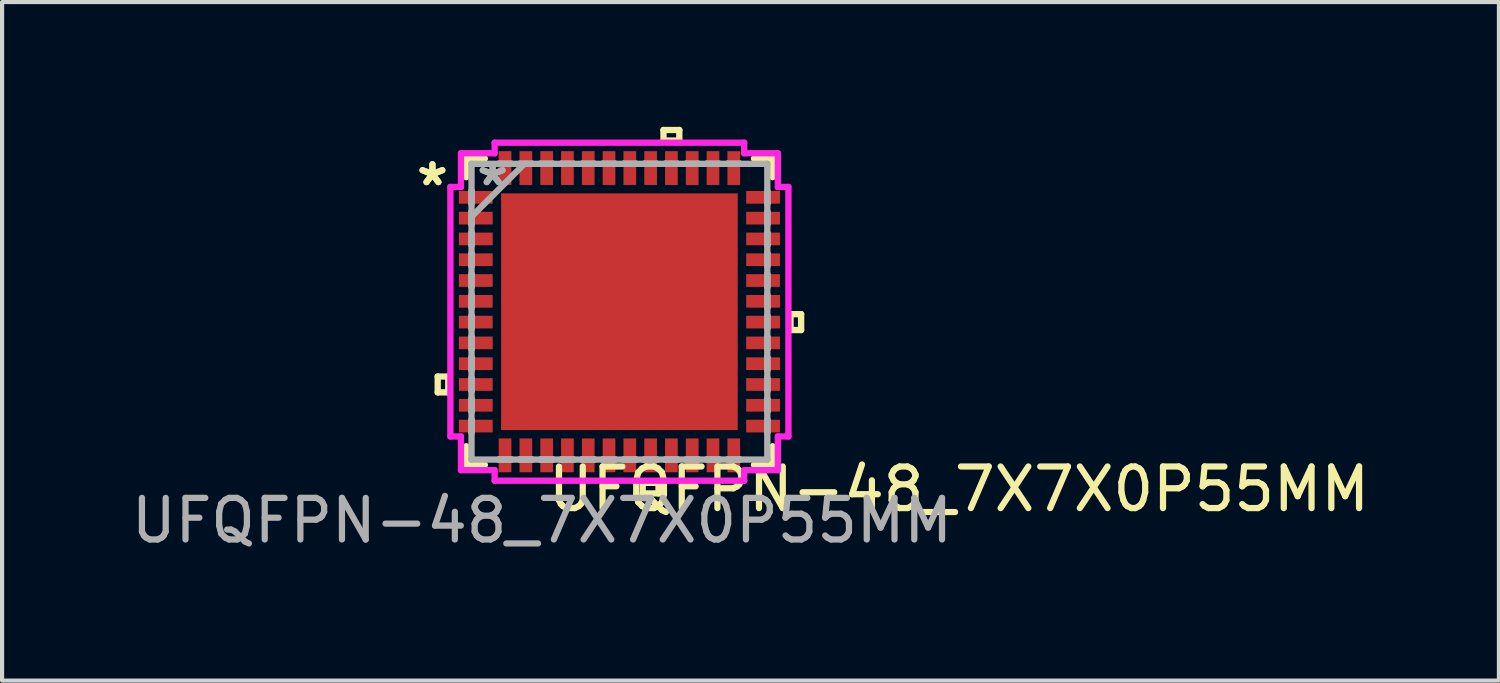
<source format=kicad_pcb>
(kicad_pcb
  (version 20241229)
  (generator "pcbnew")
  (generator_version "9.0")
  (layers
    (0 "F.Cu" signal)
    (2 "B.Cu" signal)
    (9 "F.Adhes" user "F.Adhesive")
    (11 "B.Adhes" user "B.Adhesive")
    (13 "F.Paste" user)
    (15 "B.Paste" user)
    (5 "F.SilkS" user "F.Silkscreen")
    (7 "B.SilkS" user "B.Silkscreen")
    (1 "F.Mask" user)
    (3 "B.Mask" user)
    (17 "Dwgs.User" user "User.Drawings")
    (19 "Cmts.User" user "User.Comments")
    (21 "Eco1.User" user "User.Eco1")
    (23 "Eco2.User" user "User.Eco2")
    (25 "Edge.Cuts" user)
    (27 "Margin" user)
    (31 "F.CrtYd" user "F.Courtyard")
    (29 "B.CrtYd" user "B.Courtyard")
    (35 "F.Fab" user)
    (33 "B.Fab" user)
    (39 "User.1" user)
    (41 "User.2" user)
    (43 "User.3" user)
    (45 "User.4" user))
  (footprint "UFQFPN-48_7X7X0P55MM"
    (layer "F.Cu")
    (at 11.844 4.445)
    (property "Reference" "UFQFPN-48_7X7X0P55MM" (at 8.166 4.267 0) (layer "F.SilkS") (effects (font (size 1 1) (thickness 0.15))))
    (attr through_hole)
    (fp_line (start -4.369 1.559) (end -4.369 1.94) (stroke (width 0.152) (type solid)) (layer "F.SilkS"))
    (fp_line (start -4.369 1.94) (end -4.115 1.94) (stroke (width 0.152) (type solid)) (layer "F.SilkS"))
    (fp_line (start -4.115 1.559) (end -4.369 1.559) (stroke (width 0.152) (type solid)) (layer "F.SilkS"))
    (fp_line (start -4.115 1.94) (end -4.115 1.559) (stroke (width 0.152) (type solid)) (layer "F.SilkS"))
    (fp_line (start -3.683 -3.683) (end -3.683 -3.235) (stroke (width 0.152) (type solid)) (layer "F.SilkS"))
    (fp_line (start -3.683 3.235) (end -3.683 3.683) (stroke (width 0.152) (type solid)) (layer "F.SilkS"))
    (fp_line (start -3.683 3.683) (end -3.235 3.683) (stroke (width 0.152) (type solid)) (layer "F.SilkS"))
    (fp_line (start -3.235 -3.683) (end -3.683 -3.683) (stroke (width 0.152) (type solid)) (layer "F.SilkS"))
    (fp_line (start 0.56 4.115) (end 0.56 4.369) (stroke (width 0.152) (type solid)) (layer "F.SilkS"))
    (fp_line (start 0.56 4.369) (end 0.941 4.369) (stroke (width 0.152) (type solid)) (layer "F.SilkS"))
    (fp_line (start 0.941 4.115) (end 0.56 4.115) (stroke (width 0.152) (type solid)) (layer "F.SilkS"))
    (fp_line (start 0.941 4.369) (end 0.941 4.115) (stroke (width 0.152) (type solid)) (layer "F.SilkS"))
    (fp_line (start 1.06 -4.369) (end 1.44 -4.369) (stroke (width 0.152) (type solid)) (layer "F.SilkS"))
    (fp_line (start 1.06 -4.115) (end 1.06 -4.369) (stroke (width 0.152) (type solid)) (layer "F.SilkS"))
    (fp_line (start 1.44 -4.369) (end 1.44 -4.115) (stroke (width 0.152) (type solid)) (layer "F.SilkS"))
    (fp_line (start 1.44 -4.115) (end 1.06 -4.115) (stroke (width 0.152) (type solid)) (layer "F.SilkS"))
    (fp_line (start 3.235 3.683) (end 3.683 3.683) (stroke (width 0.152) (type solid)) (layer "F.SilkS"))
    (fp_line (start 3.683 -3.683) (end 3.235 -3.683) (stroke (width 0.152) (type solid)) (layer "F.SilkS"))
    (fp_line (start 3.683 -3.235) (end 3.683 -3.683) (stroke (width 0.152) (type solid)) (layer "F.SilkS"))
    (fp_line (start 3.683 3.683) (end 3.683 3.235) (stroke (width 0.152) (type solid)) (layer "F.SilkS"))
    (fp_line (start 4.115 0.059) (end 4.369 0.059) (stroke (width 0.152) (type solid)) (layer "F.SilkS"))
    (fp_line (start 4.115 0.441) (end 4.115 0.059) (stroke (width 0.152) (type solid)) (layer "F.SilkS"))
    (fp_line (start 4.369 0.059) (end 4.369 0.441) (stroke (width 0.152) (type solid)) (layer "F.SilkS"))
    (fp_line (start 4.369 0.441) (end 4.115 0.441) (stroke (width 0.152) (type solid)) (layer "F.SilkS"))
    (fp_line (start -2.745 -2.745) (end -2.745 -1.522) (stroke (width 0.152) (type solid)) (layer "F.Paste"))
    (fp_line (start -2.745 -1.522) (end -1.522 -1.522) (stroke (width 0.152) (type solid)) (layer "F.Paste"))
    (fp_line (start -2.745 -1.322) (end -2.745 -0.1) (stroke (width 0.152) (type solid)) (layer "F.Paste"))
    (fp_line (start -2.745 -0.1) (end -1.522 -0.1) (stroke (width 0.152) (type solid)) (layer "F.Paste"))
    (fp_line (start -2.745 0.1) (end -2.745 1.322) (stroke (width 0.152) (type solid)) (layer "F.Paste"))
    (fp_line (start -2.745 1.322) (end -1.522 1.322) (stroke (width 0.152) (type solid)) (layer "F.Paste"))
    (fp_line (start -2.745 1.522) (end -2.745 2.745) (stroke (width 0.152) (type solid)) (layer "F.Paste"))
    (fp_line (start -2.745 2.745) (end -1.522 2.745) (stroke (width 0.152) (type solid)) (layer "F.Paste"))
    (fp_line (start -1.522 -2.745) (end -2.745 -2.745) (stroke (width 0.152) (type solid)) (layer "F.Paste"))
    (fp_line (start -1.522 -1.522) (end -1.522 -2.745) (stroke (width 0.152) (type solid)) (layer "F.Paste"))
    (fp_line (start -1.522 -1.322) (end -2.745 -1.322) (stroke (width 0.152) (type solid)) (layer "F.Paste"))
    (fp_line (start -1.522 -0.1) (end -1.522 -1.322) (stroke (width 0.152) (type solid)) (layer "F.Paste"))
    (fp_line (start -1.522 0.1) (end -2.745 0.1) (stroke (width 0.152) (type solid)) (layer "F.Paste"))
    (fp_line (start -1.522 1.322) (end -1.522 0.1) (stroke (width 0.152) (type solid)) (layer "F.Paste"))
    (fp_line (start -1.522 1.522) (end -2.745 1.522) (stroke (width 0.152) (type solid)) (layer "F.Paste"))
    (fp_line (start -1.522 2.745) (end -1.522 1.522) (stroke (width 0.152) (type solid)) (layer "F.Paste"))
    (fp_line (start -1.322 -2.745) (end -1.322 -1.522) (stroke (width 0.152) (type solid)) (layer "F.Paste"))
    (fp_line (start -1.322 -1.522) (end -0.1 -1.522) (stroke (width 0.152) (type solid)) (layer "F.Paste"))
    (fp_line (start -1.322 -1.322) (end -1.322 -0.1) (stroke (width 0.152) (type solid)) (layer "F.Paste"))
    (fp_line (start -1.322 -0.1) (end -0.1 -0.1) (stroke (width 0.152) (type solid)) (layer "F.Paste"))
    (fp_line (start -1.322 0.1) (end -1.322 1.322) (stroke (width 0.152) (type solid)) (layer "F.Paste"))
    (fp_line (start -1.322 1.322) (end -0.1 1.322) (stroke (width 0.152) (type solid)) (layer "F.Paste"))
    (fp_line (start -1.322 1.522) (end -1.322 2.745) (stroke (width 0.152) (type solid)) (layer "F.Paste"))
    (fp_line (start -1.322 2.745) (end -0.1 2.745) (stroke (width 0.152) (type solid)) (layer "F.Paste"))
    (fp_line (start -0.1 -2.745) (end -1.322 -2.745) (stroke (width 0.152) (type solid)) (layer "F.Paste"))
    (fp_line (start -0.1 -1.522) (end -0.1 -2.745) (stroke (width 0.152) (type solid)) (layer "F.Paste"))
    (fp_line (start -0.1 -1.322) (end -1.322 -1.322) (stroke (width 0.152) (type solid)) (layer "F.Paste"))
    (fp_line (start -0.1 -0.1) (end -0.1 -1.322) (stroke (width 0.152) (type solid)) (layer "F.Paste"))
    (fp_line (start -0.1 0.1) (end -1.322 0.1) (stroke (width 0.152) (type solid)) (layer "F.Paste"))
    (fp_line (start -0.1 1.322) (end -0.1 0.1) (stroke (width 0.152) (type solid)) (layer "F.Paste"))
    (fp_line (start -0.1 1.522) (end -1.322 1.522) (stroke (width 0.152) (type solid)) (layer "F.Paste"))
    (fp_line (start -0.1 2.745) (end -0.1 1.522) (stroke (width 0.152) (type solid)) (layer "F.Paste"))
    (fp_line (start 0.1 -2.745) (end 0.1 -1.522) (stroke (width 0.152) (type solid)) (layer "F.Paste"))
    (fp_line (start 0.1 -1.522) (end 1.322 -1.522) (stroke (width 0.152) (type solid)) (layer "F.Paste"))
    (fp_line (start 0.1 -1.322) (end 0.1 -0.1) (stroke (width 0.152) (type solid)) (layer "F.Paste"))
    (fp_line (start 0.1 -0.1) (end 1.322 -0.1) (stroke (width 0.152) (type solid)) (layer "F.Paste"))
    (fp_line (start 0.1 0.1) (end 0.1 1.322) (stroke (width 0.152) (type solid)) (layer "F.Paste"))
    (fp_line (start 0.1 1.322) (end 1.322 1.322) (stroke (width 0.152) (type solid)) (layer "F.Paste"))
    (fp_line (start 0.1 1.522) (end 0.1 2.745) (stroke (width 0.152) (type solid)) (layer "F.Paste"))
    (fp_line (start 0.1 2.745) (end 1.322 2.745) (stroke (width 0.152) (type solid)) (layer "F.Paste"))
    (fp_line (start 1.322 -2.745) (end 0.1 -2.745) (stroke (width 0.152) (type solid)) (layer "F.Paste"))
    (fp_line (start 1.322 -1.522) (end 1.322 -2.745) (stroke (width 0.152) (type solid)) (layer "F.Paste"))
    (fp_line (start 1.322 -1.322) (end 0.1 -1.322) (stroke (width 0.152) (type solid)) (layer "F.Paste"))
    (fp_line (start 1.322 -0.1) (end 1.322 -1.322) (stroke (width 0.152) (type solid)) (layer "F.Paste"))
    (fp_line (start 1.322 0.1) (end 0.1 0.1) (stroke (width 0.152) (type solid)) (layer "F.Paste"))
    (fp_line (start 1.322 1.322) (end 1.322 0.1) (stroke (width 0.152) (type solid)) (layer "F.Paste"))
    (fp_line (start 1.322 1.522) (end 0.1 1.522) (stroke (width 0.152) (type solid)) (layer "F.Paste"))
    (fp_line (start 1.322 2.745) (end 1.322 1.522) (stroke (width 0.152) (type solid)) (layer "F.Paste"))
    (fp_line (start 1.522 -2.745) (end 1.522 -1.522) (stroke (width 0.152) (type solid)) (layer "F.Paste"))
    (fp_line (start 1.522 -1.522) (end 2.745 -1.522) (stroke (width 0.152) (type solid)) (layer "F.Paste"))
    (fp_line (start 1.522 -1.322) (end 1.522 -0.1) (stroke (width 0.152) (type solid)) (layer "F.Paste"))
    (fp_line (start 1.522 -0.1) (end 2.745 -0.1) (stroke (width 0.152) (type solid)) (layer "F.Paste"))
    (fp_line (start 1.522 0.1) (end 1.522 1.322) (stroke (width 0.152) (type solid)) (layer "F.Paste"))
    (fp_line (start 1.522 1.322) (end 2.745 1.322) (stroke (width 0.152) (type solid)) (layer "F.Paste"))
    (fp_line (start 1.522 1.522) (end 1.522 2.745) (stroke (width 0.152) (type solid)) (layer "F.Paste"))
    (fp_line (start 1.522 2.745) (end 2.745 2.745) (stroke (width 0.152) (type solid)) (layer "F.Paste"))
    (fp_line (start 2.745 -2.745) (end 1.522 -2.745) (stroke (width 0.152) (type solid)) (layer "F.Paste"))
    (fp_line (start 2.745 -1.522) (end 2.745 -2.745) (stroke (width 0.152) (type solid)) (layer "F.Paste"))
    (fp_line (start 2.745 -1.322) (end 1.522 -1.322) (stroke (width 0.152) (type solid)) (layer "F.Paste"))
    (fp_line (start 2.745 -0.1) (end 2.745 -1.322) (stroke (width 0.152) (type solid)) (layer "F.Paste"))
    (fp_line (start 2.745 0.1) (end 1.522 0.1) (stroke (width 0.152) (type solid)) (layer "F.Paste"))
    (fp_line (start 2.745 1.322) (end 2.745 0.1) (stroke (width 0.152) (type solid)) (layer "F.Paste"))
    (fp_line (start 2.745 1.522) (end 1.522 1.522) (stroke (width 0.152) (type solid)) (layer "F.Paste"))
    (fp_line (start 2.745 2.745) (end 2.745 1.522) (stroke (width 0.152) (type solid)) (layer "F.Paste"))
    (fp_line (start -4.064 -3) (end -3.81 -3) (stroke (width 0.152) (type solid)) (layer "F.CrtYd"))
    (fp_line (start -4.064 3) (end -4.064 -3) (stroke (width 0.152) (type solid)) (layer "F.CrtYd"))
    (fp_line (start -3.81 -3.81) (end -3 -3.81) (stroke (width 0.152) (type solid)) (layer "F.CrtYd"))
    (fp_line (start -3.81 -3) (end -3.81 -3.81) (stroke (width 0.152) (type solid)) (layer "F.CrtYd"))
    (fp_line (start -3.81 3) (end -4.064 3) (stroke (width 0.152) (type solid)) (layer "F.CrtYd"))
    (fp_line (start -3.81 3.81) (end -3.81 3) (stroke (width 0.152) (type solid)) (layer "F.CrtYd"))
    (fp_line (start -3 -4.064) (end 3 -4.064) (stroke (width 0.152) (type solid)) (layer "F.CrtYd"))
    (fp_line (start -3 -3.81) (end -3 -4.064) (stroke (width 0.152) (type solid)) (layer "F.CrtYd"))
    (fp_line (start -3 3.81) (end -3.81 3.81) (stroke (width 0.152) (type solid)) (layer "F.CrtYd"))
    (fp_line (start -3 4.064) (end -3 3.81) (stroke (width 0.152) (type solid)) (layer "F.CrtYd"))
    (fp_line (start 3 -4.064) (end 3 -3.81) (stroke (width 0.152) (type solid)) (layer "F.CrtYd"))
    (fp_line (start 3 -3.81) (end 3.81 -3.81) (stroke (width 0.152) (type solid)) (layer "F.CrtYd"))
    (fp_line (start 3 3.81) (end 3 4.064) (stroke (width 0.152) (type solid)) (layer "F.CrtYd"))
    (fp_line (start 3 4.064) (end -3 4.064) (stroke (width 0.152) (type solid)) (layer "F.CrtYd"))
    (fp_line (start 3.81 -3.81) (end 3.81 -3) (stroke (width 0.152) (type solid)) (layer "F.CrtYd"))
    (fp_line (start 3.81 -3) (end 4.064 -3) (stroke (width 0.152) (type solid)) (layer "F.CrtYd"))
    (fp_line (start 3.81 3) (end 3.81 3.81) (stroke (width 0.152) (type solid)) (layer "F.CrtYd"))
    (fp_line (start 3.81 3.81) (end 3 3.81) (stroke (width 0.152) (type solid)) (layer "F.CrtYd"))
    (fp_line (start 4.064 -3) (end 4.064 3) (stroke (width 0.152) (type solid)) (layer "F.CrtYd"))
    (fp_line (start 4.064 3) (end 3.81 3) (stroke (width 0.152) (type solid)) (layer "F.CrtYd"))
    (fp_line (start -3.556 -3.556) (end -3.556 -3.556) (stroke (width 0.152) (type solid)) (layer "F.Fab"))
    (fp_line (start -3.556 -3.556) (end -3.556 3.556) (stroke (width 0.152) (type solid)) (layer "F.Fab"))
    (fp_line (start -3.556 -2.902) (end -3.556 -2.902) (stroke (width 0.152) (type solid)) (layer "F.Fab"))
    (fp_line (start -3.556 -2.902) (end -3.556 -2.598) (stroke (width 0.152) (type solid)) (layer "F.Fab"))
    (fp_line (start -3.556 -2.598) (end -3.556 -2.902) (stroke (width 0.152) (type solid)) (layer "F.Fab"))
    (fp_line (start -3.556 -2.598) (end -3.556 -2.598) (stroke (width 0.152) (type solid)) (layer "F.Fab"))
    (fp_line (start -3.556 -2.402) (end -3.556 -2.402) (stroke (width 0.152) (type solid)) (layer "F.Fab"))
    (fp_line (start -3.556 -2.402) (end -3.556 -2.098) (stroke (width 0.152) (type solid)) (layer "F.Fab"))
    (fp_line (start -3.556 -2.286) (end -2.286 -3.556) (stroke (width 0.152) (type solid)) (layer "F.Fab"))
    (fp_line (start -3.556 -2.098) (end -3.556 -2.402) (stroke (width 0.152) (type solid)) (layer "F.Fab"))
    (fp_line (start -3.556 -2.098) (end -3.556 -2.098) (stroke (width 0.152) (type solid)) (layer "F.Fab"))
    (fp_line (start -3.556 -1.902) (end -3.556 -1.902) (stroke (width 0.152) (type solid)) (layer "F.Fab"))
    (fp_line (start -3.556 -1.902) (end -3.556 -1.598) (stroke (width 0.152) (type solid)) (layer "F.Fab"))
    (fp_line (start -3.556 -1.598) (end -3.556 -1.902) (stroke (width 0.152) (type solid)) (layer "F.Fab"))
    (fp_line (start -3.556 -1.598) (end -3.556 -1.598) (stroke (width 0.152) (type solid)) (layer "F.Fab"))
    (fp_line (start -3.556 -1.402) (end -3.556 -1.402) (stroke (width 0.152) (type solid)) (layer "F.Fab"))
    (fp_line (start -3.556 -1.402) (end -3.556 -1.098) (stroke (width 0.152) (type solid)) (layer "F.Fab"))
    (fp_line (start -3.556 -1.098) (end -3.556 -1.402) (stroke (width 0.152) (type solid)) (layer "F.Fab"))
    (fp_line (start -3.556 -1.098) (end -3.556 -1.098) (stroke (width 0.152) (type solid)) (layer "F.Fab"))
    (fp_line (start -3.556 -0.902) (end -3.556 -0.902) (stroke (width 0.152) (type solid)) (layer "F.Fab"))
    (fp_line (start -3.556 -0.902) (end -3.556 -0.598) (stroke (width 0.152) (type solid)) (layer "F.Fab"))
    (fp_line (start -3.556 -0.598) (end -3.556 -0.902) (stroke (width 0.152) (type solid)) (layer "F.Fab"))
    (fp_line (start -3.556 -0.598) (end -3.556 -0.598) (stroke (width 0.152) (type solid)) (layer "F.Fab"))
    (fp_line (start -3.556 -0.402) (end -3.556 -0.402) (stroke (width 0.152) (type solid)) (layer "F.Fab"))
    (fp_line (start -3.556 -0.402) (end -3.556 -0.098) (stroke (width 0.152) (type solid)) (layer "F.Fab"))
    (fp_line (start -3.556 -0.098) (end -3.556 -0.402) (stroke (width 0.152) (type solid)) (layer "F.Fab"))
    (fp_line (start -3.556 -0.098) (end -3.556 -0.098) (stroke (width 0.152) (type solid)) (layer "F.Fab"))
    (fp_line (start -3.556 0.098) (end -3.556 0.098) (stroke (width 0.152) (type solid)) (layer "F.Fab"))
    (fp_line (start -3.556 0.098) (end -3.556 0.402) (stroke (width 0.152) (type solid)) (layer "F.Fab"))
    (fp_line (start -3.556 0.402) (end -3.556 0.098) (stroke (width 0.152) (type solid)) (layer "F.Fab"))
    (fp_line (start -3.556 0.402) (end -3.556 0.402) (stroke (width 0.152) (type solid)) (layer "F.Fab"))
    (fp_line (start -3.556 0.598) (end -3.556 0.598) (stroke (width 0.152) (type solid)) (layer "F.Fab"))
    (fp_line (start -3.556 0.598) (end -3.556 0.902) (stroke (width 0.152) (type solid)) (layer "F.Fab"))
    (fp_line (start -3.556 0.902) (end -3.556 0.598) (stroke (width 0.152) (type solid)) (layer "F.Fab"))
    (fp_line (start -3.556 0.902) (end -3.556 0.902) (stroke (width 0.152) (type solid)) (layer "F.Fab"))
    (fp_line (start -3.556 1.098) (end -3.556 1.098) (stroke (width 0.152) (type solid)) (layer "F.Fab"))
    (fp_line (start -3.556 1.098) (end -3.556 1.402) (stroke (width 0.152) (type solid)) (layer "F.Fab"))
    (fp_line (start -3.556 1.402) (end -3.556 1.098) (stroke (width 0.152) (type solid)) (layer "F.Fab"))
    (fp_line (start -3.556 1.402) (end -3.556 1.402) (stroke (width 0.152) (type solid)) (layer "F.Fab"))
    (fp_line (start -3.556 1.598) (end -3.556 1.598) (stroke (width 0.152) (type solid)) (layer "F.Fab"))
    (fp_line (start -3.556 1.598) (end -3.556 1.902) (stroke (width 0.152) (type solid)) (layer "F.Fab"))
    (fp_line (start -3.556 1.902) (end -3.556 1.598) (stroke (width 0.152) (type solid)) (layer "F.Fab"))
    (fp_line (start -3.556 1.902) (end -3.556 1.902) (stroke (width 0.152) (type solid)) (layer "F.Fab"))
    (fp_line (start -3.556 2.098) (end -3.556 2.098) (stroke (width 0.152) (type solid)) (layer "F.Fab"))
    (fp_line (start -3.556 2.098) (end -3.556 2.402) (stroke (width 0.152) (type solid)) (layer "F.Fab"))
    (fp_line (start -3.556 2.402) (end -3.556 2.098) (stroke (width 0.152) (type solid)) (layer "F.Fab"))
    (fp_line (start -3.556 2.402) (end -3.556 2.402) (stroke (width 0.152) (type solid)) (layer "F.Fab"))
    (fp_line (start -3.556 2.598) (end -3.556 2.598) (stroke (width 0.152) (type solid)) (layer "F.Fab"))
    (fp_line (start -3.556 2.598) (end -3.556 2.902) (stroke (width 0.152) (type solid)) (layer "F.Fab"))
    (fp_line (start -3.556 2.902) (end -3.556 2.598) (stroke (width 0.152) (type solid)) (layer "F.Fab"))
    (fp_line (start -3.556 2.902) (end -3.556 2.902) (stroke (width 0.152) (type solid)) (layer "F.Fab"))
    (fp_line (start -3.556 3.556) (end -3.556 3.556) (stroke (width 0.152) (type solid)) (layer "F.Fab"))
    (fp_line (start -3.556 3.556) (end 3.556 3.556) (stroke (width 0.152) (type solid)) (layer "F.Fab"))
    (fp_line (start -2.902 -3.556) (end -2.902 -3.556) (stroke (width 0.152) (type solid)) (layer "F.Fab"))
    (fp_line (start -2.902 -3.556) (end -2.598 -3.556) (stroke (width 0.152) (type solid)) (layer "F.Fab"))
    (fp_line (start -2.902 3.556) (end -2.902 3.556) (stroke (width 0.152) (type solid)) (layer "F.Fab"))
    (fp_line (start -2.902 3.556) (end -2.598 3.556) (stroke (width 0.152) (type solid)) (layer "F.Fab"))
    (fp_line (start -2.598 -3.556) (end -2.902 -3.556) (stroke (width 0.152) (type solid)) (layer "F.Fab"))
    (fp_line (start -2.598 -3.556) (end -2.598 -3.556) (stroke (width 0.152) (type solid)) (layer "F.Fab"))
    (fp_line (start -2.598 3.556) (end -2.902 3.556) (stroke (width 0.152) (type solid)) (layer "F.Fab"))
    (fp_line (start -2.598 3.556) (end -2.598 3.556) (stroke (width 0.152) (type solid)) (layer "F.Fab"))
    (fp_line (start -2.402 -3.556) (end -2.402 -3.556) (stroke (width 0.152) (type solid)) (layer "F.Fab"))
    (fp_line (start -2.402 -3.556) (end -2.098 -3.556) (stroke (width 0.152) (type solid)) (layer "F.Fab"))
    (fp_line (start -2.402 3.556) (end -2.402 3.556) (stroke (width 0.152) (type solid)) (layer "F.Fab"))
    (fp_line (start -2.402 3.556) (end -2.098 3.556) (stroke (width 0.152) (type solid)) (layer "F.Fab"))
    (fp_line (start -2.098 -3.556) (end -2.402 -3.556) (stroke (width 0.152) (type solid)) (layer "F.Fab"))
    (fp_line (start -2.098 -3.556) (end -2.098 -3.556) (stroke (width 0.152) (type solid)) (layer "F.Fab"))
    (fp_line (start -2.098 3.556) (end -2.402 3.556) (stroke (width 0.152) (type solid)) (layer "F.Fab"))
    (fp_line (start -2.098 3.556) (end -2.098 3.556) (stroke (width 0.152) (type solid)) (layer "F.Fab"))
    (fp_line (start -1.902 -3.556) (end -1.902 -3.556) (stroke (width 0.152) (type solid)) (layer "F.Fab"))
    (fp_line (start -1.902 -3.556) (end -1.598 -3.556) (stroke (width 0.152) (type solid)) (layer "F.Fab"))
    (fp_line (start -1.902 3.556) (end -1.902 3.556) (stroke (width 0.152) (type solid)) (layer "F.Fab"))
    (fp_line (start -1.902 3.556) (end -1.598 3.556) (stroke (width 0.152) (type solid)) (layer "F.Fab"))
    (fp_line (start -1.598 -3.556) (end -1.902 -3.556) (stroke (width 0.152) (type solid)) (layer "F.Fab"))
    (fp_line (start -1.598 -3.556) (end -1.598 -3.556) (stroke (width 0.152) (type solid)) (layer "F.Fab"))
    (fp_line (start -1.598 3.556) (end -1.902 3.556) (stroke (width 0.152) (type solid)) (layer "F.Fab"))
    (fp_line (start -1.598 3.556) (end -1.598 3.556) (stroke (width 0.152) (type solid)) (layer "F.Fab"))
    (fp_line (start -1.402 -3.556) (end -1.402 -3.556) (stroke (width 0.152) (type solid)) (layer "F.Fab"))
    (fp_line (start -1.402 -3.556) (end -1.098 -3.556) (stroke (width 0.152) (type solid)) (layer "F.Fab"))
    (fp_line (start -1.402 3.556) (end -1.402 3.556) (stroke (width 0.152) (type solid)) (layer "F.Fab"))
    (fp_line (start -1.402 3.556) (end -1.098 3.556) (stroke (width 0.152) (type solid)) (layer "F.Fab"))
    (fp_line (start -1.098 -3.556) (end -1.402 -3.556) (stroke (width 0.152) (type solid)) (layer "F.Fab"))
    (fp_line (start -1.098 -3.556) (end -1.098 -3.556) (stroke (width 0.152) (type solid)) (layer "F.Fab"))
    (fp_line (start -1.098 3.556) (end -1.402 3.556) (stroke (width 0.152) (type solid)) (layer "F.Fab"))
    (fp_line (start -1.098 3.556) (end -1.098 3.556) (stroke (width 0.152) (type solid)) (layer "F.Fab"))
    (fp_line (start -0.902 -3.556) (end -0.902 -3.556) (stroke (width 0.152) (type solid)) (layer "F.Fab"))
    (fp_line (start -0.902 -3.556) (end -0.598 -3.556) (stroke (width 0.152) (type solid)) (layer "F.Fab"))
    (fp_line (start -0.902 3.556) (end -0.902 3.556) (stroke (width 0.152) (type solid)) (layer "F.Fab"))
    (fp_line (start -0.902 3.556) (end -0.598 3.556) (stroke (width 0.152) (type solid)) (layer "F.Fab"))
    (fp_line (start -0.598 -3.556) (end -0.902 -3.556) (stroke (width 0.152) (type solid)) (layer "F.Fab"))
    (fp_line (start -0.598 -3.556) (end -0.598 -3.556) (stroke (width 0.152) (type solid)) (layer "F.Fab"))
    (fp_line (start -0.598 3.556) (end -0.902 3.556) (stroke (width 0.152) (type solid)) (layer "F.Fab"))
    (fp_line (start -0.598 3.556) (end -0.598 3.556) (stroke (width 0.152) (type solid)) (layer "F.Fab"))
    (fp_line (start -0.402 -3.556) (end -0.402 -3.556) (stroke (width 0.152) (type solid)) (layer "F.Fab"))
    (fp_line (start -0.402 -3.556) (end -0.098 -3.556) (stroke (width 0.152) (type solid)) (layer "F.Fab"))
    (fp_line (start -0.402 3.556) (end -0.402 3.556) (stroke (width 0.152) (type solid)) (layer "F.Fab"))
    (fp_line (start -0.402 3.556) (end -0.098 3.556) (stroke (width 0.152) (type solid)) (layer "F.Fab"))
    (fp_line (start -0.098 -3.556) (end -0.402 -3.556) (stroke (width 0.152) (type solid)) (layer "F.Fab"))
    (fp_line (start -0.098 -3.556) (end -0.098 -3.556) (stroke (width 0.152) (type solid)) (layer "F.Fab"))
    (fp_line (start -0.098 3.556) (end -0.402 3.556) (stroke (width 0.152) (type solid)) (layer "F.Fab"))
    (fp_line (start -0.098 3.556) (end -0.098 3.556) (stroke (width 0.152) (type solid)) (layer "F.Fab"))
    (fp_line (start 0.098 -3.556) (end 0.098 -3.556) (stroke (width 0.152) (type solid)) (layer "F.Fab"))
    (fp_line (start 0.098 -3.556) (end 0.402 -3.556) (stroke (width 0.152) (type solid)) (layer "F.Fab"))
    (fp_line (start 0.098 3.556) (end 0.098 3.556) (stroke (width 0.152) (type solid)) (layer "F.Fab"))
    (fp_line (start 0.098 3.556) (end 0.402 3.556) (stroke (width 0.152) (type solid)) (layer "F.Fab"))
    (fp_line (start 0.402 -3.556) (end 0.098 -3.556) (stroke (width 0.152) (type solid)) (layer "F.Fab"))
    (fp_line (start 0.402 -3.556) (end 0.402 -3.556) (stroke (width 0.152) (type solid)) (layer "F.Fab"))
    (fp_line (start 0.402 3.556) (end 0.098 3.556) (stroke (width 0.152) (type solid)) (layer "F.Fab"))
    (fp_line (start 0.402 3.556) (end 0.402 3.556) (stroke (width 0.152) (type solid)) (layer "F.Fab"))
    (fp_line (start 0.598 -3.556) (end 0.598 -3.556) (stroke (width 0.152) (type solid)) (layer "F.Fab"))
    (fp_line (start 0.598 -3.556) (end 0.902 -3.556) (stroke (width 0.152) (type solid)) (layer "F.Fab"))
    (fp_line (start 0.598 3.556) (end 0.598 3.556) (stroke (width 0.152) (type solid)) (layer "F.Fab"))
    (fp_line (start 0.598 3.556) (end 0.902 3.556) (stroke (width 0.152) (type solid)) (layer "F.Fab"))
    (fp_line (start 0.902 -3.556) (end 0.598 -3.556) (stroke (width 0.152) (type solid)) (layer "F.Fab"))
    (fp_line (start 0.902 -3.556) (end 0.902 -3.556) (stroke (width 0.152) (type solid)) (layer "F.Fab"))
    (fp_line (start 0.902 3.556) (end 0.598 3.556) (stroke (width 0.152) (type solid)) (layer "F.Fab"))
    (fp_line (start 0.902 3.556) (end 0.902 3.556) (stroke (width 0.152) (type solid)) (layer "F.Fab"))
    (fp_line (start 1.098 -3.556) (end 1.098 -3.556) (stroke (width 0.152) (type solid)) (layer "F.Fab"))
    (fp_line (start 1.098 -3.556) (end 1.402 -3.556) (stroke (width 0.152) (type solid)) (layer "F.Fab"))
    (fp_line (start 1.098 3.556) (end 1.098 3.556) (stroke (width 0.152) (type solid)) (layer "F.Fab"))
    (fp_line (start 1.098 3.556) (end 1.402 3.556) (stroke (width 0.152) (type solid)) (layer "F.Fab"))
    (fp_line (start 1.402 -3.556) (end 1.098 -3.556) (stroke (width 0.152) (type solid)) (layer "F.Fab"))
    (fp_line (start 1.402 -3.556) (end 1.402 -3.556) (stroke (width 0.152) (type solid)) (layer "F.Fab"))
    (fp_line (start 1.402 3.556) (end 1.098 3.556) (stroke (width 0.152) (type solid)) (layer "F.Fab"))
    (fp_line (start 1.402 3.556) (end 1.402 3.556) (stroke (width 0.152) (type solid)) (layer "F.Fab"))
    (fp_line (start 1.598 -3.556) (end 1.598 -3.556) (stroke (width 0.152) (type solid)) (layer "F.Fab"))
    (fp_line (start 1.598 -3.556) (end 1.902 -3.556) (stroke (width 0.152) (type solid)) (layer "F.Fab"))
    (fp_line (start 1.598 3.556) (end 1.598 3.556) (stroke (width 0.152) (type solid)) (layer "F.Fab"))
    (fp_line (start 1.598 3.556) (end 1.902 3.556) (stroke (width 0.152) (type solid)) (layer "F.Fab"))
    (fp_line (start 1.902 -3.556) (end 1.598 -3.556) (stroke (width 0.152) (type solid)) (layer "F.Fab"))
    (fp_line (start 1.902 -3.556) (end 1.902 -3.556) (stroke (width 0.152) (type solid)) (layer "F.Fab"))
    (fp_line (start 1.902 3.556) (end 1.598 3.556) (stroke (width 0.152) (type solid)) (layer "F.Fab"))
    (fp_line (start 1.902 3.556) (end 1.902 3.556) (stroke (width 0.152) (type solid)) (layer "F.Fab"))
    (fp_line (start 2.098 -3.556) (end 2.098 -3.556) (stroke (width 0.152) (type solid)) (layer "F.Fab"))
    (fp_line (start 2.098 -3.556) (end 2.402 -3.556) (stroke (width 0.152) (type solid)) (layer "F.Fab"))
    (fp_line (start 2.098 3.556) (end 2.098 3.556) (stroke (width 0.152) (type solid)) (layer "F.Fab"))
    (fp_line (start 2.098 3.556) (end 2.402 3.556) (stroke (width 0.152) (type solid)) (layer "F.Fab"))
    (fp_line (start 2.402 -3.556) (end 2.098 -3.556) (stroke (width 0.152) (type solid)) (layer "F.Fab"))
    (fp_line (start 2.402 -3.556) (end 2.402 -3.556) (stroke (width 0.152) (type solid)) (layer "F.Fab"))
    (fp_line (start 2.402 3.556) (end 2.098 3.556) (stroke (width 0.152) (type solid)) (layer "F.Fab"))
    (fp_line (start 2.402 3.556) (end 2.402 3.556) (stroke (width 0.152) (type solid)) (layer "F.Fab"))
    (fp_line (start 2.598 -3.556) (end 2.598 -3.556) (stroke (width 0.152) (type solid)) (layer "F.Fab"))
    (fp_line (start 2.598 -3.556) (end 2.902 -3.556) (stroke (width 0.152) (type solid)) (layer "F.Fab"))
    (fp_line (start 2.598 3.556) (end 2.598 3.556) (stroke (width 0.152) (type solid)) (layer "F.Fab"))
    (fp_line (start 2.598 3.556) (end 2.902 3.556) (stroke (width 0.152) (type solid)) (layer "F.Fab"))
    (fp_line (start 2.902 -3.556) (end 2.598 -3.556) (stroke (width 0.152) (type solid)) (layer "F.Fab"))
    (fp_line (start 2.902 -3.556) (end 2.902 -3.556) (stroke (width 0.152) (type solid)) (layer "F.Fab"))
    (fp_line (start 2.902 3.556) (end 2.598 3.556) (stroke (width 0.152) (type solid)) (layer "F.Fab"))
    (fp_line (start 2.902 3.556) (end 2.902 3.556) (stroke (width 0.152) (type solid)) (layer "F.Fab"))
    (fp_line (start 3.556 -3.556) (end -3.556 -3.556) (stroke (width 0.152) (type solid)) (layer "F.Fab"))
    (fp_line (start 3.556 -3.556) (end 3.556 -3.556) (stroke (width 0.152) (type solid)) (layer "F.Fab"))
    (fp_line (start 3.556 -2.902) (end 3.556 -2.902) (stroke (width 0.152) (type solid)) (layer "F.Fab"))
    (fp_line (start 3.556 -2.902) (end 3.556 -2.598) (stroke (width 0.152) (type solid)) (layer "F.Fab"))
    (fp_line (start 3.556 -2.598) (end 3.556 -2.902) (stroke (width 0.152) (type solid)) (layer "F.Fab"))
    (fp_line (start 3.556 -2.598) (end 3.556 -2.598) (stroke (width 0.152) (type solid)) (layer "F.Fab"))
    (fp_line (start 3.556 -2.402) (end 3.556 -2.402) (stroke (width 0.152) (type solid)) (layer "F.Fab"))
    (fp_line (start 3.556 -2.402) (end 3.556 -2.098) (stroke (width 0.152) (type solid)) (layer "F.Fab"))
    (fp_line (start 3.556 -2.098) (end 3.556 -2.402) (stroke (width 0.152) (type solid)) (layer "F.Fab"))
    (fp_line (start 3.556 -2.098) (end 3.556 -2.098) (stroke (width 0.152) (type solid)) (layer "F.Fab"))
    (fp_line (start 3.556 -1.902) (end 3.556 -1.902) (stroke (width 0.152) (type solid)) (layer "F.Fab"))
    (fp_line (start 3.556 -1.902) (end 3.556 -1.598) (stroke (width 0.152) (type solid)) (layer "F.Fab"))
    (fp_line (start 3.556 -1.598) (end 3.556 -1.902) (stroke (width 0.152) (type solid)) (layer "F.Fab"))
    (fp_line (start 3.556 -1.598) (end 3.556 -1.598) (stroke (width 0.152) (type solid)) (layer "F.Fab"))
    (fp_line (start 3.556 -1.402) (end 3.556 -1.402) (stroke (width 0.152) (type solid)) (layer "F.Fab"))
    (fp_line (start 3.556 -1.402) (end 3.556 -1.098) (stroke (width 0.152) (type solid)) (layer "F.Fab"))
    (fp_line (start 3.556 -1.098) (end 3.556 -1.402) (stroke (width 0.152) (type solid)) (layer "F.Fab"))
    (fp_line (start 3.556 -1.098) (end 3.556 -1.098) (stroke (width 0.152) (type solid)) (layer "F.Fab"))
    (fp_line (start 3.556 -0.902) (end 3.556 -0.902) (stroke (width 0.152) (type solid)) (layer "F.Fab"))
    (fp_line (start 3.556 -0.902) (end 3.556 -0.598) (stroke (width 0.152) (type solid)) (layer "F.Fab"))
    (fp_line (start 3.556 -0.598) (end 3.556 -0.902) (stroke (width 0.152) (type solid)) (layer "F.Fab"))
    (fp_line (start 3.556 -0.598) (end 3.556 -0.598) (stroke (width 0.152) (type solid)) (layer "F.Fab"))
    (fp_line (start 3.556 -0.402) (end 3.556 -0.402) (stroke (width 0.152) (type solid)) (layer "F.Fab"))
    (fp_line (start 3.556 -0.402) (end 3.556 -0.098) (stroke (width 0.152) (type solid)) (layer "F.Fab"))
    (fp_line (start 3.556 -0.098) (end 3.556 -0.402) (stroke (width 0.152) (type solid)) (layer "F.Fab"))
    (fp_line (start 3.556 -0.098) (end 3.556 -0.098) (stroke (width 0.152) (type solid)) (layer "F.Fab"))
    (fp_line (start 3.556 0.098) (end 3.556 0.098) (stroke (width 0.152) (type solid)) (layer "F.Fab"))
    (fp_line (start 3.556 0.098) (end 3.556 0.402) (stroke (width 0.152) (type solid)) (layer "F.Fab"))
    (fp_line (start 3.556 0.402) (end 3.556 0.098) (stroke (width 0.152) (type solid)) (layer "F.Fab"))
    (fp_line (start 3.556 0.402) (end 3.556 0.402) (stroke (width 0.152) (type solid)) (layer "F.Fab"))
    (fp_line (start 3.556 0.598) (end 3.556 0.598) (stroke (width 0.152) (type solid)) (layer "F.Fab"))
    (fp_line (start 3.556 0.598) (end 3.556 0.902) (stroke (width 0.152) (type solid)) (layer "F.Fab"))
    (fp_line (start 3.556 0.902) (end 3.556 0.598) (stroke (width 0.152) (type solid)) (layer "F.Fab"))
    (fp_line (start 3.556 0.902) (end 3.556 0.902) (stroke (width 0.152) (type solid)) (layer "F.Fab"))
    (fp_line (start 3.556 1.098) (end 3.556 1.098) (stroke (width 0.152) (type solid)) (layer "F.Fab"))
    (fp_line (start 3.556 1.098) (end 3.556 1.402) (stroke (width 0.152) (type solid)) (layer "F.Fab"))
    (fp_line (start 3.556 1.402) (end 3.556 1.098) (stroke (width 0.152) (type solid)) (layer "F.Fab"))
    (fp_line (start 3.556 1.402) (end 3.556 1.402) (stroke (width 0.152) (type solid)) (layer "F.Fab"))
    (fp_line (start 3.556 1.598) (end 3.556 1.598) (stroke (width 0.152) (type solid)) (layer "F.Fab"))
    (fp_line (start 3.556 1.598) (end 3.556 1.902) (stroke (width 0.152) (type solid)) (layer "F.Fab"))
    (fp_line (start 3.556 1.902) (end 3.556 1.598) (stroke (width 0.152) (type solid)) (layer "F.Fab"))
    (fp_line (start 3.556 1.902) (end 3.556 1.902) (stroke (width 0.152) (type solid)) (layer "F.Fab"))
    (fp_line (start 3.556 2.098) (end 3.556 2.098) (stroke (width 0.152) (type solid)) (layer "F.Fab"))
    (fp_line (start 3.556 2.098) (end 3.556 2.402) (stroke (width 0.152) (type solid)) (layer "F.Fab"))
    (fp_line (start 3.556 2.402) (end 3.556 2.098) (stroke (width 0.152) (type solid)) (layer "F.Fab"))
    (fp_line (start 3.556 2.402) (end 3.556 2.402) (stroke (width 0.152) (type solid)) (layer "F.Fab"))
    (fp_line (start 3.556 2.598) (end 3.556 2.598) (stroke (width 0.152) (type solid)) (layer "F.Fab"))
    (fp_line (start 3.556 2.598) (end 3.556 2.902) (stroke (width 0.152) (type solid)) (layer "F.Fab"))
    (fp_line (start 3.556 2.902) (end 3.556 2.598) (stroke (width 0.152) (type solid)) (layer "F.Fab"))
    (fp_line (start 3.556 2.902) (end 3.556 2.902) (stroke (width 0.152) (type solid)) (layer "F.Fab"))
    (fp_line (start 3.556 3.556) (end 3.556 -3.556) (stroke (width 0.152) (type solid)) (layer "F.Fab"))
    (fp_line (start 3.556 3.556) (end 3.556 3.556) (stroke (width 0.152) (type solid)) (layer "F.Fab"))
    (fp_text user "*" (at -4.496 -3 0) (layer "F.SilkS") (effects (font (size 1 1) (thickness 0.15))))
    (fp_text user "*" (at -4.496 -3 0) (layer "F.SilkS") (effects (font (size 1 1) (thickness 0.15))))
    (fp_text user "*" (at -3.048 -3 0) (layer "F.Fab") (effects (font (size 1 1) (thickness 0.15))))
    (fp_text user "*" (at -3.048 -3 0) (layer "F.Fab") (effects (font (size 1 1) (thickness 0.15))))
    (fp_text user "${REFERENCE}" (at -1.862 5.022 0) (layer "F.Fab") (effects (font (size 1 1) (thickness 0.15))))
    (pad "1" smd rect (at -3.454 -2.75 90) (size 0.305 0.813) (layers "F.Cu" "F.Mask" "F.Paste"))
    (pad "2" smd rect (at -3.454 -2.25 90) (size 0.305 0.813) (layers "F.Cu" "F.Mask" "F.Paste"))
    (pad "3" smd rect (at -3.454 -1.75 90) (size 0.305 0.813) (layers "F.Cu" "F.Mask" "F.Paste"))
    (pad "4" smd rect (at -3.454 -1.25 90) (size 0.305 0.813) (layers "F.Cu" "F.Mask" "F.Paste"))
    (pad "5" smd rect (at -3.454 -0.75 90) (size 0.305 0.813) (layers "F.Cu" "F.Mask" "F.Paste"))
    (pad "6" smd rect (at -3.454 -0.25 90) (size 0.305 0.813) (layers "F.Cu" "F.Mask" "F.Paste"))
    (pad "7" smd rect (at -3.454 0.25 90) (size 0.305 0.813) (layers "F.Cu" "F.Mask" "F.Paste"))
    (pad "8" smd rect (at -3.454 0.75 90) (size 0.305 0.813) (layers "F.Cu" "F.Mask" "F.Paste"))
    (pad "9" smd rect (at -3.454 1.25 90) (size 0.305 0.813) (layers "F.Cu" "F.Mask" "F.Paste"))
    (pad "10" smd rect (at -3.454 1.75 90) (size 0.305 0.813) (layers "F.Cu" "F.Mask" "F.Paste"))
    (pad "11" smd rect (at -3.454 2.25 90) (size 0.305 0.813) (layers "F.Cu" "F.Mask" "F.Paste"))
    (pad "12" smd rect (at -3.454 2.75 90) (size 0.305 0.813) (layers "F.Cu" "F.Mask" "F.Paste"))
    (pad "13" smd rect (at -2.75 3.454) (size 0.305 0.813) (layers "F.Cu" "F.Mask" "F.Paste"))
    (pad "14" smd rect (at -2.25 3.454) (size 0.305 0.813) (layers "F.Cu" "F.Mask" "F.Paste"))
    (pad "15" smd rect (at -1.75 3.454) (size 0.305 0.813) (layers "F.Cu" "F.Mask" "F.Paste"))
    (pad "16" smd rect (at -1.25 3.454) (size 0.305 0.813) (layers "F.Cu" "F.Mask" "F.Paste"))
    (pad "17" smd rect (at -0.75 3.454) (size 0.305 0.813) (layers "F.Cu" "F.Mask" "F.Paste"))
    (pad "18" smd rect (at -0.25 3.454) (size 0.305 0.813) (layers "F.Cu" "F.Mask" "F.Paste"))
    (pad "19" smd rect (at 0.25 3.454) (size 0.305 0.813) (layers "F.Cu" "F.Mask" "F.Paste"))
    (pad "20" smd rect (at 0.75 3.454) (size 0.305 0.813) (layers "F.Cu" "F.Mask" "F.Paste"))
    (pad "21" smd rect (at 1.25 3.454) (size 0.305 0.813) (layers "F.Cu" "F.Mask" "F.Paste"))
    (pad "22" smd rect (at 1.75 3.454) (size 0.305 0.813) (layers "F.Cu" "F.Mask" "F.Paste"))
    (pad "23" smd rect (at 2.25 3.454) (size 0.305 0.813) (layers "F.Cu" "F.Mask" "F.Paste"))
    (pad "24" smd rect (at 2.75 3.454) (size 0.305 0.813) (layers "F.Cu" "F.Mask" "F.Paste"))
    (pad "25" smd rect (at 3.454 2.75 90) (size 0.305 0.813) (layers "F.Cu" "F.Mask" "F.Paste"))
    (pad "26" smd rect (at 3.454 2.25 90) (size 0.305 0.813) (layers "F.Cu" "F.Mask" "F.Paste"))
    (pad "27" smd rect (at 3.454 1.75 90) (size 0.305 0.813) (layers "F.Cu" "F.Mask" "F.Paste"))
    (pad "28" smd rect (at 3.454 1.25 90) (size 0.305 0.813) (layers "F.Cu" "F.Mask" "F.Paste"))
    (pad "29" smd rect (at 3.454 0.75 90) (size 0.305 0.813) (layers "F.Cu" "F.Mask" "F.Paste"))
    (pad "30" smd rect (at 3.454 0.25 90) (size 0.305 0.813) (layers "F.Cu" "F.Mask" "F.Paste"))
    (pad "31" smd rect (at 3.454 -0.25 90) (size 0.305 0.813) (layers "F.Cu" "F.Mask" "F.Paste"))
    (pad "32" smd rect (at 3.454 -0.75 90) (size 0.305 0.813) (layers "F.Cu" "F.Mask" "F.Paste"))
    (pad "33" smd rect (at 3.454 -1.25 90) (size 0.305 0.813) (layers "F.Cu" "F.Mask" "F.Paste"))
    (pad "34" smd rect (at 3.454 -1.75 90) (size 0.305 0.813) (layers "F.Cu" "F.Mask" "F.Paste"))
    (pad "35" smd rect (at 3.454 -2.25 90) (size 0.305 0.813) (layers "F.Cu" "F.Mask" "F.Paste"))
    (pad "36" smd rect (at 3.454 -2.75 90) (size 0.305 0.813) (layers "F.Cu" "F.Mask" "F.Paste"))
    (pad "37" smd rect (at 2.75 -3.454) (size 0.305 0.813) (layers "F.Cu" "F.Mask" "F.Paste"))
    (pad "38" smd rect (at 2.25 -3.454) (size 0.305 0.813) (layers "F.Cu" "F.Mask" "F.Paste"))
    (pad "39" smd rect (at 1.75 -3.454) (size 0.305 0.813) (layers "F.Cu" "F.Mask" "F.Paste"))
    (pad "40" smd rect (at 1.25 -3.454) (size 0.305 0.813) (layers "F.Cu" "F.Mask" "F.Paste"))
    (pad "41" smd rect (at 0.75 -3.454) (size 0.305 0.813) (layers "F.Cu" "F.Mask" "F.Paste"))
    (pad "42" smd rect (at 0.25 -3.454) (size 0.305 0.813) (layers "F.Cu" "F.Mask" "F.Paste"))
    (pad "43" smd rect (at -0.25 -3.454) (size 0.305 0.813) (layers "F.Cu" "F.Mask" "F.Paste"))
    (pad "44" smd rect (at -0.75 -3.454) (size 0.305 0.813) (layers "F.Cu" "F.Mask" "F.Paste"))
    (pad "45" smd rect (at -1.25 -3.454) (size 0.305 0.813) (layers "F.Cu" "F.Mask" "F.Paste"))
    (pad "46" smd rect (at -1.75 -3.454) (size 0.305 0.813) (layers "F.Cu" "F.Mask" "F.Paste"))
    (pad "47" smd rect (at -2.25 -3.454) (size 0.305 0.813) (layers "F.Cu" "F.Mask" "F.Paste"))
    (pad "48" smd rect (at -2.75 -3.454) (size 0.305 0.813) (layers "F.Cu" "F.Mask" "F.Paste"))
    (pad "49" smd rect (at 0 0) (size 5.69 5.69) (layers "F.Cu" "F.Mask" "F.Paste")))
  (gr_rect
    (start -3 -3)
    (end 32.992 13.315)
    (stroke (width 0.1) (type default))
    (fill no)
    (layer "Edge.Cuts")))
</source>
